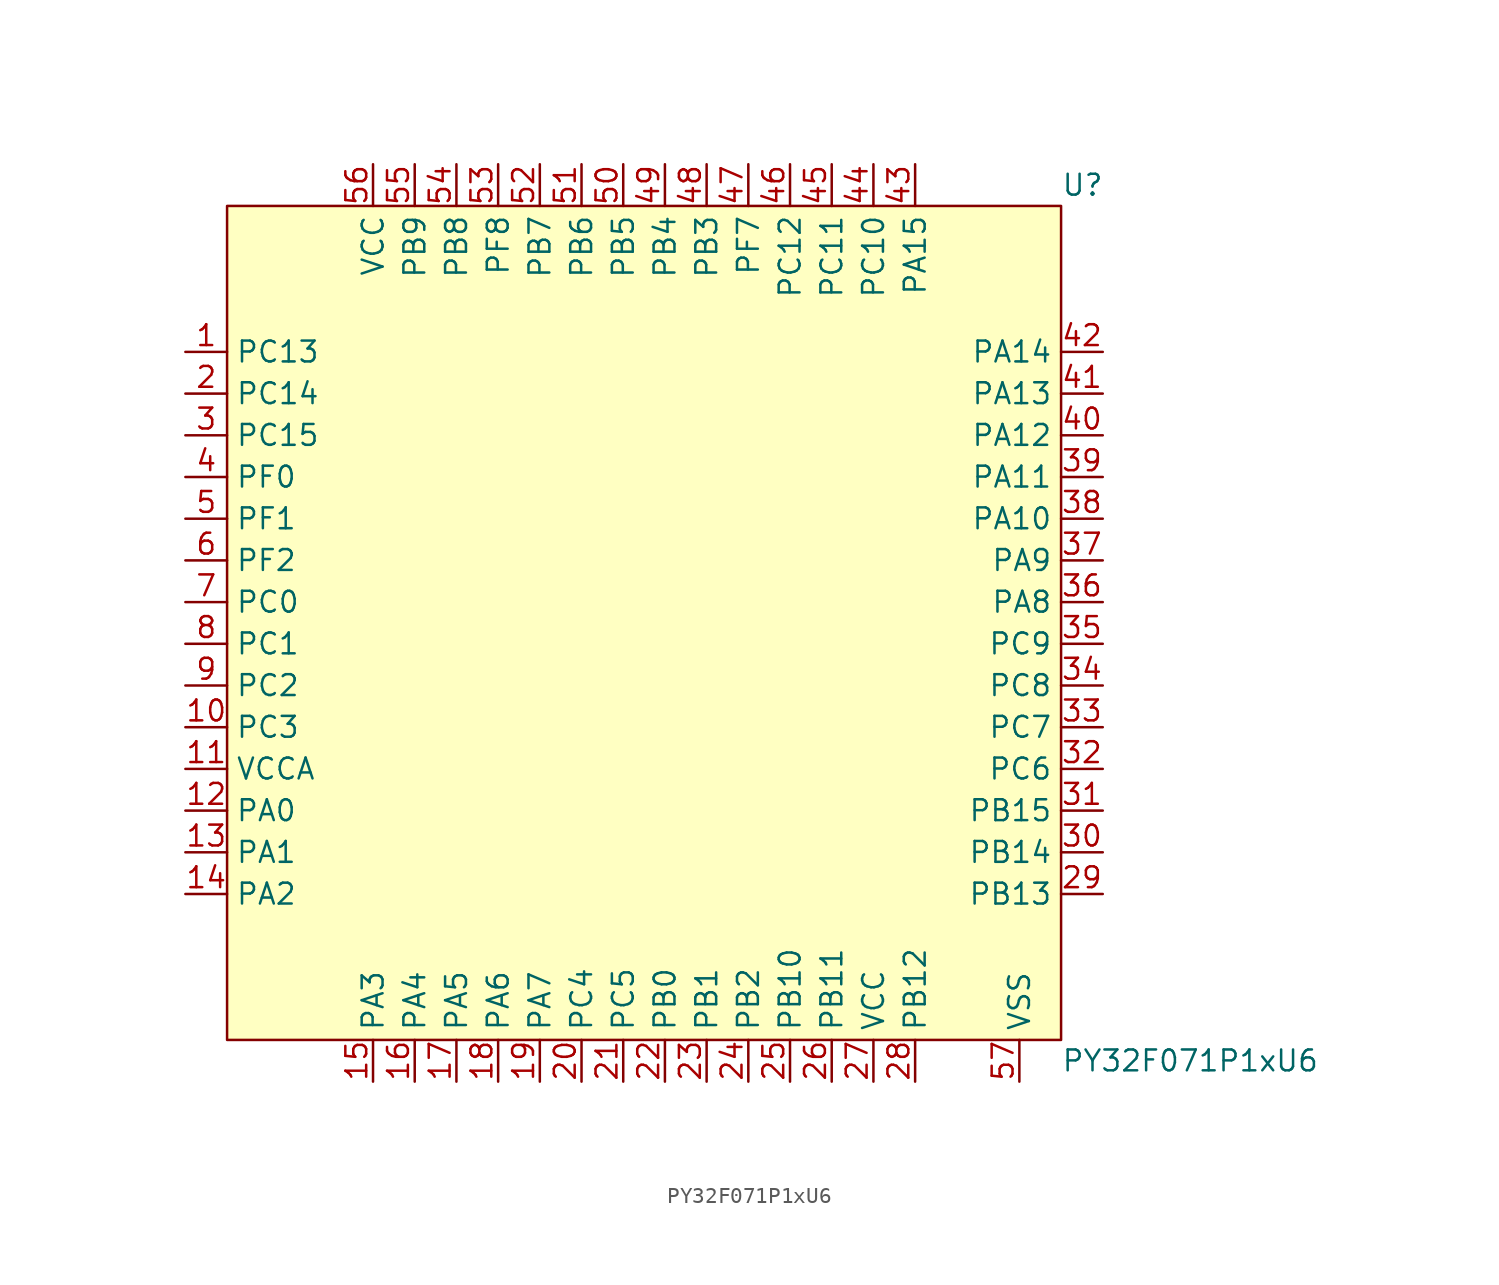
<source format=kicad_sym>
(kicad_symbol_lib
  (version 20241209)
  (generator "kicad_symbol_editor")
  (generator_version "9.0")
  (symbol "PY32F071P1xU6"
    (property "Reference" "U"
      (at 25.4 26.67 0)
      (effects (font (size 1.27 1.27)) (justify left)))
    (property "Value" "PY32F071P1xU6"
      (at 25.4 -26.67 0)
      (effects (font (size 1.27 1.27)) (justify left)))
    (symbol "PY32F071P1xU6_0_0"
      (pin unspecified line (at -27.94 16.51 0) (length 2.54) (name "PC13" (effects (font (size 1.27 1.27)))) (number "1" (effects (font (size 1.27 1.27)))))
      (pin unspecified line (at -27.94 13.97 0) (length 2.54) (name "PC14" (effects (font (size 1.27 1.27)))) (number "2" (effects (font (size 1.27 1.27)))))
      (pin unspecified line (at -27.94 11.43 0) (length 2.54) (name "PC15" (effects (font (size 1.27 1.27)))) (number "3" (effects (font (size 1.27 1.27)))))
      (pin unspecified line (at -27.94 8.89 0) (length 2.54) (name "PF0" (effects (font (size 1.27 1.27)))) (number "4" (effects (font (size 1.27 1.27)))))
      (pin unspecified line (at -27.94 6.35 0) (length 2.54) (name "PF1" (effects (font (size 1.27 1.27)))) (number "5" (effects (font (size 1.27 1.27)))))
      (pin unspecified line (at -27.94 3.81 0) (length 2.54) (name "PF2" (effects (font (size 1.27 1.27)))) (number "6" (effects (font (size 1.27 1.27)))))
      (pin unspecified line (at -27.94 1.27 0) (length 2.54) (name "PC0" (effects (font (size 1.27 1.27)))) (number "7" (effects (font (size 1.27 1.27)))))
      (pin unspecified line (at -27.94 -1.27 0) (length 2.54) (name "PC1" (effects (font (size 1.27 1.27)))) (number "8" (effects (font (size 1.27 1.27)))))
      (pin unspecified line (at -27.94 -3.81 0) (length 2.54) (name "PC2" (effects (font (size 1.27 1.27)))) (number "9" (effects (font (size 1.27 1.27)))))
      (pin unspecified line (at -27.94 -6.35 0) (length 2.54) (name "PC3" (effects (font (size 1.27 1.27)))) (number "10" (effects (font (size 1.27 1.27)))))
      (pin unspecified line (at -27.94 -8.89 0) (length 2.54) (name "VCCA" (effects (font (size 1.27 1.27)))) (number "11" (effects (font (size 1.27 1.27)))))
      (pin unspecified line (at -27.94 -11.43 0) (length 2.54) (name "PA0" (effects (font (size 1.27 1.27)))) (number "12" (effects (font (size 1.27 1.27)))))
      (pin unspecified line (at -27.94 -13.97 0) (length 2.54) (name "PA1" (effects (font (size 1.27 1.27)))) (number "13" (effects (font (size 1.27 1.27)))))
      (pin unspecified line (at -27.94 -16.51 0) (length 2.54) (name "PA2" (effects (font (size 1.27 1.27)))) (number "14" (effects (font (size 1.27 1.27)))))
      (pin unspecified line (at -16.51 -27.94 90) (length 2.54) (name "PA3" (effects (font (size 1.27 1.27)))) (number "15" (effects (font (size 1.27 1.27)))))
      (pin unspecified line (at -13.97 27.94 270) (length 2.54) (name "PB9" (effects (font (size 1.27 1.27)))) (number "55" (effects (font (size 1.27 1.27)))))
      (pin unspecified line (at -13.97 -27.94 90) (length 2.54) (name "PA4" (effects (font (size 1.27 1.27)))) (number "16" (effects (font (size 1.27 1.27)))))
      (pin unspecified line (at -11.43 27.94 270) (length 2.54) (name "PB8" (effects (font (size 1.27 1.27)))) (number "54" (effects (font (size 1.27 1.27)))))
      (pin unspecified line (at -11.43 -27.94 90) (length 2.54) (name "PA5" (effects (font (size 1.27 1.27)))) (number "17" (effects (font (size 1.27 1.27)))))
      (pin unspecified line (at -8.89 27.94 270) (length 2.54) (name "PF8" (effects (font (size 1.27 1.27)))) (number "53" (effects (font (size 1.27 1.27)))))
      (pin unspecified line (at -8.89 -27.94 90) (length 2.54) (name "PA6" (effects (font (size 1.27 1.27)))) (number "18" (effects (font (size 1.27 1.27)))))
      (pin unspecified line (at -6.35 27.94 270) (length 2.54) (name "PB7" (effects (font (size 1.27 1.27)))) (number "52" (effects (font (size 1.27 1.27)))))
      (pin unspecified line (at -6.35 -27.94 90) (length 2.54) (name "PA7" (effects (font (size 1.27 1.27)))) (number "19" (effects (font (size 1.27 1.27)))))
      (pin unspecified line (at -3.81 27.94 270) (length 2.54) (name "PB6" (effects (font (size 1.27 1.27)))) (number "51" (effects (font (size 1.27 1.27)))))
      (pin unspecified line (at -3.81 -27.94 90) (length 2.54) (name "PC4" (effects (font (size 1.27 1.27)))) (number "20" (effects (font (size 1.27 1.27)))))
      (pin unspecified line (at -1.27 27.94 270) (length 2.54) (name "PB5" (effects (font (size 1.27 1.27)))) (number "50" (effects (font (size 1.27 1.27)))))
      (pin unspecified line (at -1.27 -27.94 90) (length 2.54) (name "PC5" (effects (font (size 1.27 1.27)))) (number "21" (effects (font (size 1.27 1.27)))))
      (pin unspecified line (at 1.27 27.94 270) (length 2.54) (name "PB4" (effects (font (size 1.27 1.27)))) (number "49" (effects (font (size 1.27 1.27)))))
      (pin unspecified line (at 1.27 -27.94 90) (length 2.54) (name "PB0" (effects (font (size 1.27 1.27)))) (number "22" (effects (font (size 1.27 1.27)))))
      (pin unspecified line (at 3.81 27.94 270) (length 2.54) (name "PB3" (effects (font (size 1.27 1.27)))) (number "48" (effects (font (size 1.27 1.27)))))
      (pin unspecified line (at 3.81 -27.94 90) (length 2.54) (name "PB1" (effects (font (size 1.27 1.27)))) (number "23" (effects (font (size 1.27 1.27)))))
      (pin unspecified line (at 6.35 27.94 270) (length 2.54) (name "PF7" (effects (font (size 1.27 1.27)))) (number "47" (effects (font (size 1.27 1.27)))))
      (pin unspecified line (at 8.89 27.94 270) (length 2.54) (name "PC12" (effects (font (size 1.27 1.27)))) (number "46" (effects (font (size 1.27 1.27)))))
      (pin unspecified line (at 11.43 27.94 270) (length 2.54) (name "PC11" (effects (font (size 1.27 1.27)))) (number "45" (effects (font (size 1.27 1.27)))))
      (pin unspecified line (at 11.43 -27.94 90) (length 2.54) (name "PB11" (effects (font (size 1.27 1.27)))) (number "26" (effects (font (size 1.27 1.27)))))
      (pin unspecified line (at 13.97 27.94 270) (length 2.54) (name "PC10" (effects (font (size 1.27 1.27)))) (number "44" (effects (font (size 1.27 1.27)))))
      (pin unspecified line (at 13.97 -27.94 90) (length 2.54) (name "VCC" (effects (font (size 1.27 1.27)))) (number "27" (effects (font (size 1.27 1.27)))))
      (pin unspecified line (at 16.51 27.94 270) (length 2.54) (name "PA15" (effects (font (size 1.27 1.27)))) (number "43" (effects (font (size 1.27 1.27)))))
      (pin unspecified line (at 27.94 16.51 180) (length 2.54) (name "PA14" (effects (font (size 1.27 1.27)))) (number "42" (effects (font (size 1.27 1.27)))))
      (pin unspecified line (at 27.94 8.89 180) (length 2.54) (name "PA11" (effects (font (size 1.27 1.27)))) (number "39" (effects (font (size 1.27 1.27)))))
      (pin unspecified line (at 27.94 6.35 180) (length 2.54) (name "PA10" (effects (font (size 1.27 1.27)))) (number "38" (effects (font (size 1.27 1.27)))))
      (pin unspecified line (at 27.94 3.81 180) (length 2.54) (name "PA9" (effects (font (size 1.27 1.27)))) (number "37" (effects (font (size 1.27 1.27)))))
      (pin unspecified line (at 27.94 1.27 180) (length 2.54) (name "PA8" (effects (font (size 1.27 1.27)))) (number "36" (effects (font (size 1.27 1.27)))))
      (pin unspecified line (at 27.94 -1.27 180) (length 2.54) (name "PC9" (effects (font (size 1.27 1.27)))) (number "35" (effects (font (size 1.27 1.27)))))
      (pin unspecified line (at 27.94 -3.81 180) (length 2.54) (name "PC8" (effects (font (size 1.27 1.27)))) (number "34" (effects (font (size 1.27 1.27)))))
      (pin unspecified line (at 27.94 -6.35 180) (length 2.54) (name "PC7" (effects (font (size 1.27 1.27)))) (number "33" (effects (font (size 1.27 1.27)))))
      (pin unspecified line (at 27.94 -8.89 180) (length 2.54) (name "PC6" (effects (font (size 1.27 1.27)))) (number "32" (effects (font (size 1.27 1.27)))))
      (pin unspecified line (at 27.94 -11.43 180) (length 2.54) (name "PB15" (effects (font (size 1.27 1.27)))) (number "31" (effects (font (size 1.27 1.27)))))
      (pin unspecified line (at 27.94 -13.97 180) (length 2.54) (name "PB14" (effects (font (size 1.27 1.27)))) (number "30" (effects (font (size 1.27 1.27)))))
      (pin unspecified line (at 27.94 -16.51 180) (length 2.54) (name "PB13" (effects (font (size 1.27 1.27)))) (number "29" (effects (font (size 1.27 1.27))))))
    (symbol "PY32F071P1xU6_1_0"
      (pin unspecified line (at -16.51 27.94 270) (length 2.54) (name "VCC" (effects (font (size 1.27 1.27)))) (number "56" (effects (font (size 1.27 1.27)))))
      (pin unspecified line (at 6.35 -27.94 90) (length 2.54) (name "PB2" (effects (font (size 1.27 1.27)))) (number "24" (effects (font (size 1.27 1.27)))))
      (pin unspecified line (at 8.89 -27.94 90) (length 2.54) (name "PB10" (effects (font (size 1.27 1.27)))) (number "25" (effects (font (size 1.27 1.27)))))
      (pin unspecified line (at 16.51 -27.94 90) (length 2.54) (name "PB12" (effects (font (size 1.27 1.27)))) (number "28" (effects (font (size 1.27 1.27)))))
      (pin unspecified line (at 22.86 -27.94 90) (length 2.54) (name "VSS" (effects (font (size 1.27 1.27)))) (number "57" (effects (font (size 1.27 1.27)))))
      (pin unspecified line (at 27.94 13.97 180) (length 2.54) (name "PA13" (effects (font (size 1.27 1.27)))) (number "41" (effects (font (size 1.27 1.27)))))
      (pin unspecified line (at 27.94 11.43 180) (length 2.54) (name "PA12" (effects (font (size 1.27 1.27)))) (number "40" (effects (font (size 1.27 1.27))))))
    (symbol "PY32F071P1xU6_1_1"
      (rectangle (start -25.4 25.4) (end 25.4 -25.4) (stroke (width 0) (type solid)) (fill (type background))))))
</source>
